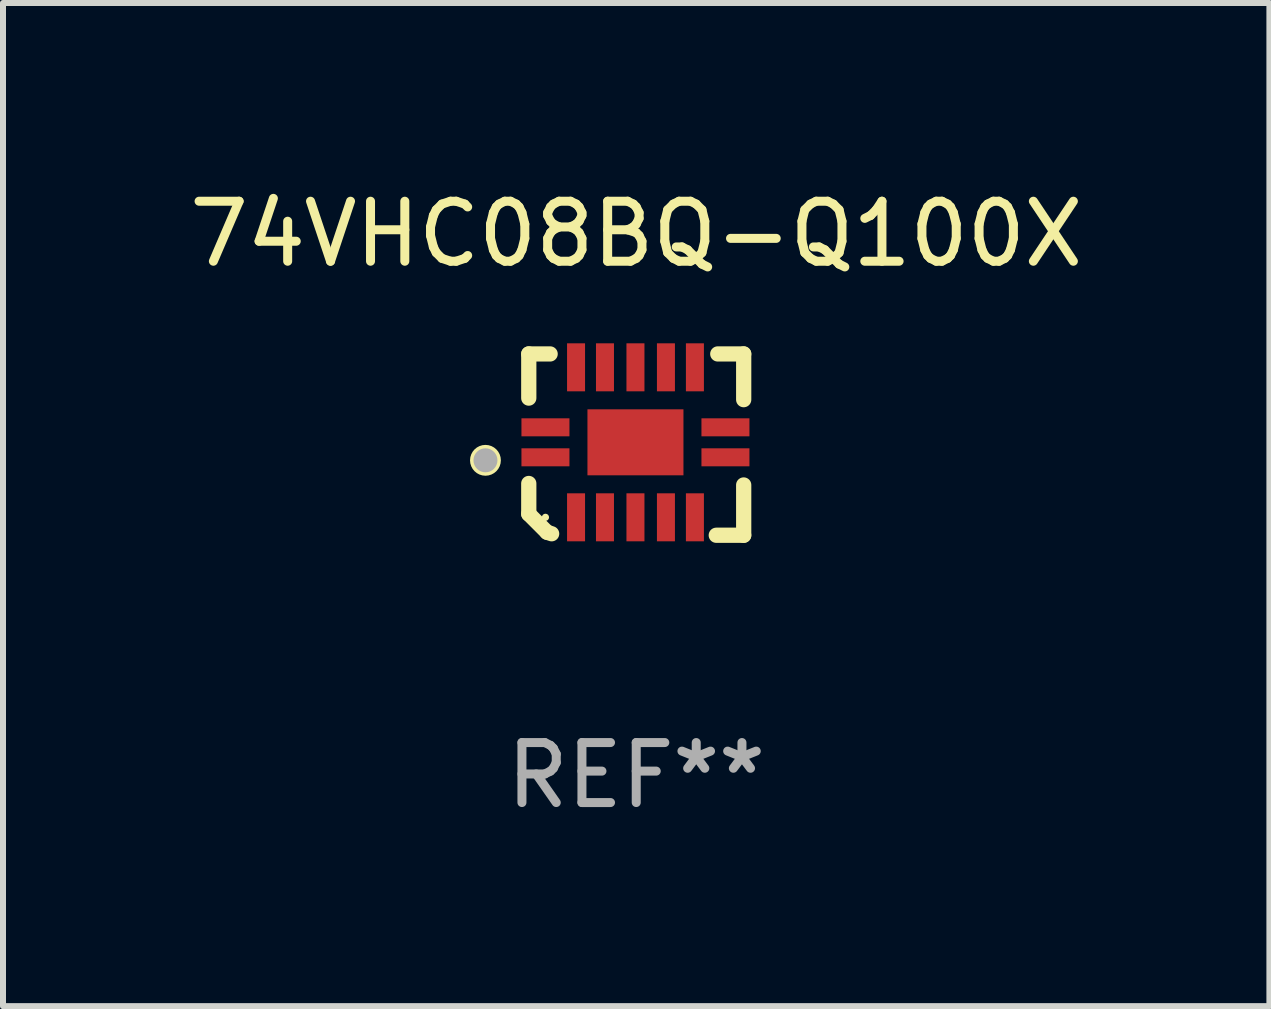
<source format=kicad_pcb>
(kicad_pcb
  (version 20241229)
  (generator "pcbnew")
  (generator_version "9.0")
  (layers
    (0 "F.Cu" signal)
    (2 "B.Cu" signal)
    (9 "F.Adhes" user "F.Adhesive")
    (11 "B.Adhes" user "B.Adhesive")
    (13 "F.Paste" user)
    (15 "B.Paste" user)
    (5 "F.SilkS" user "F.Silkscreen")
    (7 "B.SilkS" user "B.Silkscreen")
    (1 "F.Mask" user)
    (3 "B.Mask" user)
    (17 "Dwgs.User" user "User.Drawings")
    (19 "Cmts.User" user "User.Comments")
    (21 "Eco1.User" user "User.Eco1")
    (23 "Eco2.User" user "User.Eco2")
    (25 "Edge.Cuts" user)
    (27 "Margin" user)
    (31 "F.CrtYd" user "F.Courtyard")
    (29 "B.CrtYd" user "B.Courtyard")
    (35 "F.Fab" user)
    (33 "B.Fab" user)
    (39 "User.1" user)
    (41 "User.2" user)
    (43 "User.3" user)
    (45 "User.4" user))
  (footprint "74VHC08BQ-Q100X"
    (layer "F.Cu")
    (at 7.554 4.36)
    (property "Reference" "74VHC08BQ-Q100X" (at 0 -3.511 0) (layer "F.SilkS") (effects (font (size 1 1) (thickness 0.15))))
    (attr through_hole)
    (fp_line (start -1.791 -1.511) (end -1.435 -1.511) (stroke (width 0.254) (type solid)) (layer "F.SilkS"))
    (fp_line (start -1.791 -0.775) (end -1.791 -1.511) (stroke (width 0.254) (type solid)) (layer "F.SilkS"))
    (fp_line (start -1.791 1.156) (end -1.791 0.648) (stroke (width 0.254) (type solid)) (layer "F.SilkS"))
    (fp_line (start -1.486 1.461) (end -1.791 1.156) (stroke (width 0.254) (type solid)) (layer "F.SilkS"))
    (fp_line (start -1.41 1.486) (end -1.486 1.461) (stroke (width 0.254) (type solid)) (layer "F.SilkS"))
    (fp_line (start 1.334 1.511) (end 1.791 1.511) (stroke (width 0.254) (type solid)) (layer "F.SilkS"))
    (fp_line (start 1.791 -1.511) (end 1.359 -1.511) (stroke (width 0.254) (type solid)) (layer "F.SilkS"))
    (fp_line (start 1.791 -0.749) (end 1.791 -1.511) (stroke (width 0.254) (type solid)) (layer "F.SilkS"))
    (fp_line (start 1.791 1.511) (end 1.791 0.673) (stroke (width 0.254) (type solid)) (layer "F.SilkS"))
    (fp_circle (center -2.513 0.262) (end -2.383 0.262) (stroke (width 0.254) (type solid)) (fill no) (layer "F.SilkS"))
    (fp_circle (center -1.513 1.212) (end -1.483 1.212) (stroke (width 0.06) (type solid)) (fill no) (layer "F.SilkS"))
    (fp_circle (center -2.513 0.262) (end -2.413 0.262) (stroke (width 0.2) (type solid)) (fill no) (layer "F.Fab"))
    (fp_text user "REF**" (at 0 5.511 0) (layer "F.Fab") (effects (font (size 1 1) (thickness 0.15))))
    (pad "1" smd rect (at -1.513 0.212) (size 0.8 0.3) (layers "F.Cu" "F.Mask" "F.Paste"))
    (pad "2" smd rect (at -1.003 1.212) (size 0.3 0.8) (layers "F.Cu" "F.Mask" "F.Paste"))
    (pad "3" smd rect (at -0.521 1.212) (size 0.3 0.8) (layers "F.Cu" "F.Mask" "F.Paste"))
    (pad "4" smd rect (at -0.013 1.212) (size 0.3 0.8) (layers "F.Cu" "F.Mask" "F.Paste"))
    (pad "5" smd rect (at 0.495 1.212) (size 0.3 0.8) (layers "F.Cu" "F.Mask" "F.Paste"))
    (pad "6" smd rect (at 0.978 1.212) (size 0.3 0.8) (layers "F.Cu" "F.Mask" "F.Paste"))
    (pad "7" smd rect (at 1.487 0.212) (size 0.8 0.3) (layers "F.Cu" "F.Mask" "F.Paste"))
    (pad "8" smd rect (at 1.487 -0.288) (size 0.8 0.3) (layers "F.Cu" "F.Mask" "F.Paste"))
    (pad "9" smd rect (at 0.978 -1.288) (size 0.3 0.8) (layers "F.Cu" "F.Mask" "F.Paste"))
    (pad "10" smd rect (at 0.495 -1.288) (size 0.3 0.8) (layers "F.Cu" "F.Mask" "F.Paste"))
    (pad "11" smd rect (at -0.013 -1.288) (size 0.3 0.8) (layers "F.Cu" "F.Mask" "F.Paste"))
    (pad "12" smd rect (at -0.521 -1.288) (size 0.3 0.8) (layers "F.Cu" "F.Mask" "F.Paste"))
    (pad "13" smd rect (at -1.003 -1.288) (size 0.3 0.8) (layers "F.Cu" "F.Mask" "F.Paste"))
    (pad "14" smd rect (at -1.513 -0.288) (size 0.8 0.3) (layers "F.Cu" "F.Mask" "F.Paste"))
    (pad "15" smd rect (at -0.013 -0.038 90) (size 1.1 1.6) (layers "F.Cu" "F.Mask" "F.Paste")))
  (gr_rect
    (start -3 -3)
    (end 18.107 13.719)
    (stroke (width 0.1) (type default))
    (fill no)
    (layer "Edge.Cuts")))
</source>
